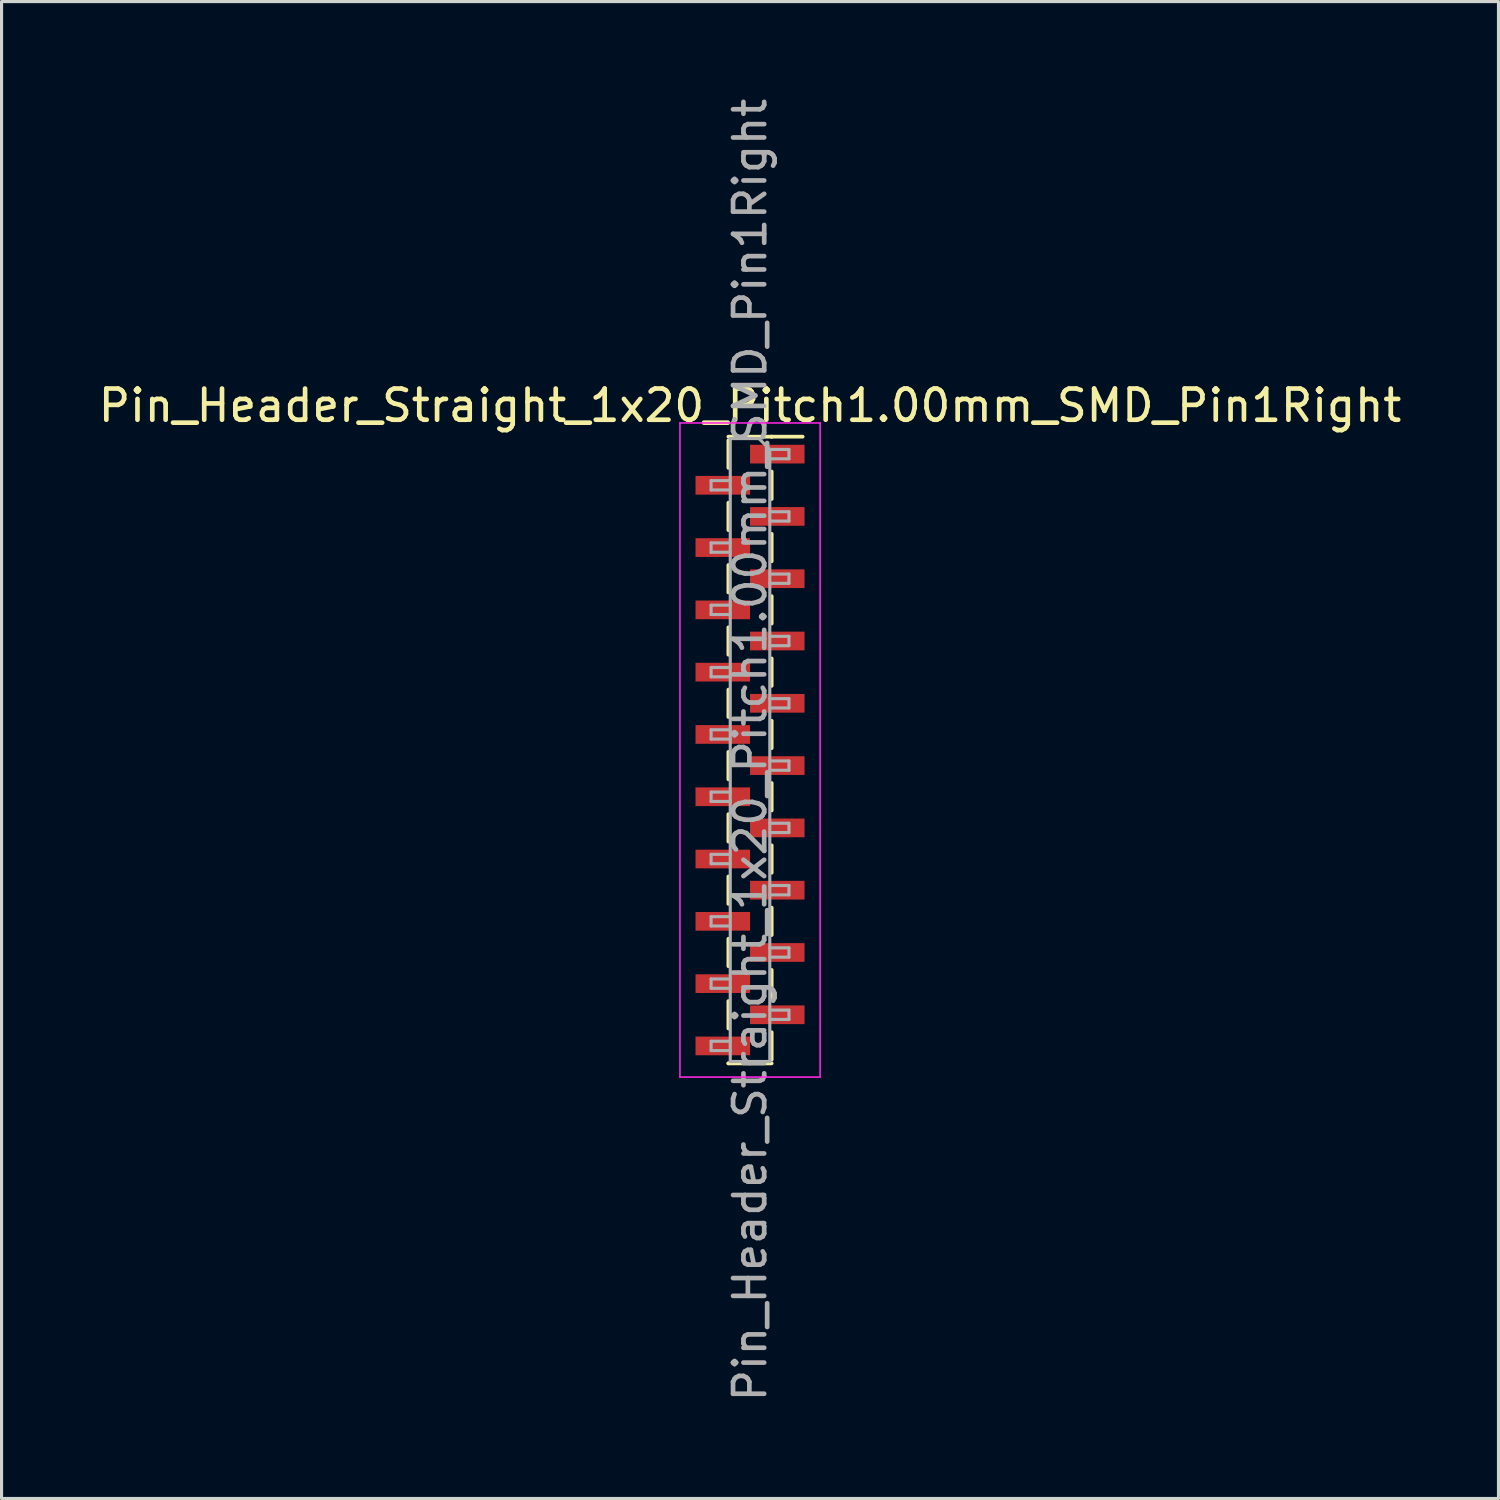
<source format=kicad_pcb>
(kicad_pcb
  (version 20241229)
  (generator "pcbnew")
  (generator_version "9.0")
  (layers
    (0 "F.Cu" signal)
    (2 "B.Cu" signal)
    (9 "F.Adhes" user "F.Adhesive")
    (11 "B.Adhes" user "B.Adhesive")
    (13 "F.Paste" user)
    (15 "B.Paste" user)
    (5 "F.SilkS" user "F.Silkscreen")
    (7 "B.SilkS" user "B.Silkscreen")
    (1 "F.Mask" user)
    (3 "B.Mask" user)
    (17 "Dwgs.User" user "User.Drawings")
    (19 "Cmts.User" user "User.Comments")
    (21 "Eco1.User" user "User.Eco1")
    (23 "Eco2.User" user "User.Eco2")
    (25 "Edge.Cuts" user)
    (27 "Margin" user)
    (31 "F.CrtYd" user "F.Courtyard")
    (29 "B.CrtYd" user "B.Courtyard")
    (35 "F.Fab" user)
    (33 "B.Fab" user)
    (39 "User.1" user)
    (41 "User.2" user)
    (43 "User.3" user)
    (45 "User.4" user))
  (footprint "Pin_Header_Straight_1x20_Pitch1.00mm_SMD_Pin1Right"
    (layer "F.Cu")
    (at 21.03 21.03)
    (property "Reference" "Pin_Header_Straight_1x20_Pitch1.00mm_SMD_Pin1Right" (at 0 -11.06 0) (layer "F.SilkS") (effects (font (size 1 1) (thickness 0.15))))
    (attr smd)
    (fp_line (start -0.695 -10.06) (end 0.695 -10.06) (stroke (width 0.12) (type solid)) (layer "F.SilkS"))
    (fp_line (start -0.695 -9.94) (end -0.695 -9.06) (stroke (width 0.12) (type solid)) (layer "F.SilkS"))
    (fp_line (start -0.695 -7.94) (end -0.695 -7.06) (stroke (width 0.12) (type solid)) (layer "F.SilkS"))
    (fp_line (start -0.695 -5.94) (end -0.695 -5.06) (stroke (width 0.12) (type solid)) (layer "F.SilkS"))
    (fp_line (start -0.695 -3.94) (end -0.695 -3.06) (stroke (width 0.12) (type solid)) (layer "F.SilkS"))
    (fp_line (start -0.695 -1.94) (end -0.695 -1.06) (stroke (width 0.12) (type solid)) (layer "F.SilkS"))
    (fp_line (start -0.695 0.06) (end -0.695 0.94) (stroke (width 0.12) (type solid)) (layer "F.SilkS"))
    (fp_line (start -0.695 2.06) (end -0.695 2.94) (stroke (width 0.12) (type solid)) (layer "F.SilkS"))
    (fp_line (start -0.695 4.06) (end -0.695 4.94) (stroke (width 0.12) (type solid)) (layer "F.SilkS"))
    (fp_line (start -0.695 6.06) (end -0.695 6.94) (stroke (width 0.12) (type solid)) (layer "F.SilkS"))
    (fp_line (start -0.695 8.06) (end -0.695 8.94) (stroke (width 0.12) (type solid)) (layer "F.SilkS"))
    (fp_line (start -0.695 10.06) (end -0.695 10.06) (stroke (width 0.12) (type solid)) (layer "F.SilkS"))
    (fp_line (start -0.695 10.06) (end 0.695 10.06) (stroke (width 0.12) (type solid)) (layer "F.SilkS"))
    (fp_line (start 0.695 -10.06) (end 0.695 -10.06) (stroke (width 0.12) (type solid)) (layer "F.SilkS"))
    (fp_line (start 0.695 -10.06) (end 1.69 -10.06) (stroke (width 0.12) (type solid)) (layer "F.SilkS"))
    (fp_line (start 0.695 -8.94) (end 0.695 -8.06) (stroke (width 0.12) (type solid)) (layer "F.SilkS"))
    (fp_line (start 0.695 -6.94) (end 0.695 -6.06) (stroke (width 0.12) (type solid)) (layer "F.SilkS"))
    (fp_line (start 0.695 -4.94) (end 0.695 -4.06) (stroke (width 0.12) (type solid)) (layer "F.SilkS"))
    (fp_line (start 0.695 -2.94) (end 0.695 -2.06) (stroke (width 0.12) (type solid)) (layer "F.SilkS"))
    (fp_line (start 0.695 -0.94) (end 0.695 -0.06) (stroke (width 0.12) (type solid)) (layer "F.SilkS"))
    (fp_line (start 0.695 1.06) (end 0.695 1.94) (stroke (width 0.12) (type solid)) (layer "F.SilkS"))
    (fp_line (start 0.695 3.06) (end 0.695 3.94) (stroke (width 0.12) (type solid)) (layer "F.SilkS"))
    (fp_line (start 0.695 5.06) (end 0.695 5.94) (stroke (width 0.12) (type solid)) (layer "F.SilkS"))
    (fp_line (start 0.695 7.06) (end 0.695 7.94) (stroke (width 0.12) (type solid)) (layer "F.SilkS"))
    (fp_line (start 0.695 9.06) (end 0.695 9.94) (stroke (width 0.12) (type solid)) (layer "F.SilkS"))
    (fp_line (start -2.25 -10.5) (end -2.25 10.5) (stroke (width 0.05) (type solid)) (layer "F.CrtYd"))
    (fp_line (start -2.25 10.5) (end 2.25 10.5) (stroke (width 0.05) (type solid)) (layer "F.CrtYd"))
    (fp_line (start 2.25 -10.5) (end -2.25 -10.5) (stroke (width 0.05) (type solid)) (layer "F.CrtYd"))
    (fp_line (start 2.25 10.5) (end 2.25 -10.5) (stroke (width 0.05) (type solid)) (layer "F.CrtYd"))
    (fp_line (start -1.25 -8.65) (end -1.25 -8.35) (stroke (width 0.1) (type solid)) (layer "F.Fab"))
    (fp_line (start -1.25 -8.35) (end -0.635 -8.35) (stroke (width 0.1) (type solid)) (layer "F.Fab"))
    (fp_line (start -1.25 -6.65) (end -1.25 -6.35) (stroke (width 0.1) (type solid)) (layer "F.Fab"))
    (fp_line (start -1.25 -6.35) (end -0.635 -6.35) (stroke (width 0.1) (type solid)) (layer "F.Fab"))
    (fp_line (start -1.25 -4.65) (end -1.25 -4.35) (stroke (width 0.1) (type solid)) (layer "F.Fab"))
    (fp_line (start -1.25 -4.35) (end -0.635 -4.35) (stroke (width 0.1) (type solid)) (layer "F.Fab"))
    (fp_line (start -1.25 -2.65) (end -1.25 -2.35) (stroke (width 0.1) (type solid)) (layer "F.Fab"))
    (fp_line (start -1.25 -2.35) (end -0.635 -2.35) (stroke (width 0.1) (type solid)) (layer "F.Fab"))
    (fp_line (start -1.25 -0.65) (end -1.25 -0.35) (stroke (width 0.1) (type solid)) (layer "F.Fab"))
    (fp_line (start -1.25 -0.35) (end -0.635 -0.35) (stroke (width 0.1) (type solid)) (layer "F.Fab"))
    (fp_line (start -1.25 1.35) (end -1.25 1.65) (stroke (width 0.1) (type solid)) (layer "F.Fab"))
    (fp_line (start -1.25 1.65) (end -0.635 1.65) (stroke (width 0.1) (type solid)) (layer "F.Fab"))
    (fp_line (start -1.25 3.35) (end -1.25 3.65) (stroke (width 0.1) (type solid)) (layer "F.Fab"))
    (fp_line (start -1.25 3.65) (end -0.635 3.65) (stroke (width 0.1) (type solid)) (layer "F.Fab"))
    (fp_line (start -1.25 5.35) (end -1.25 5.65) (stroke (width 0.1) (type solid)) (layer "F.Fab"))
    (fp_line (start -1.25 5.65) (end -0.635 5.65) (stroke (width 0.1) (type solid)) (layer "F.Fab"))
    (fp_line (start -1.25 7.35) (end -1.25 7.65) (stroke (width 0.1) (type solid)) (layer "F.Fab"))
    (fp_line (start -1.25 7.65) (end -0.635 7.65) (stroke (width 0.1) (type solid)) (layer "F.Fab"))
    (fp_line (start -1.25 9.35) (end -1.25 9.65) (stroke (width 0.1) (type solid)) (layer "F.Fab"))
    (fp_line (start -1.25 9.65) (end -0.635 9.65) (stroke (width 0.1) (type solid)) (layer "F.Fab"))
    (fp_line (start -0.635 -10) (end -0.635 10) (stroke (width 0.1) (type solid)) (layer "F.Fab"))
    (fp_line (start -0.635 -10) (end 0.285 -10) (stroke (width 0.1) (type solid)) (layer "F.Fab"))
    (fp_line (start -0.635 -8.65) (end -1.25 -8.65) (stroke (width 0.1) (type solid)) (layer "F.Fab"))
    (fp_line (start -0.635 -6.65) (end -1.25 -6.65) (stroke (width 0.1) (type solid)) (layer "F.Fab"))
    (fp_line (start -0.635 -4.65) (end -1.25 -4.65) (stroke (width 0.1) (type solid)) (layer "F.Fab"))
    (fp_line (start -0.635 -2.65) (end -1.25 -2.65) (stroke (width 0.1) (type solid)) (layer "F.Fab"))
    (fp_line (start -0.635 -0.65) (end -1.25 -0.65) (stroke (width 0.1) (type solid)) (layer "F.Fab"))
    (fp_line (start -0.635 1.35) (end -1.25 1.35) (stroke (width 0.1) (type solid)) (layer "F.Fab"))
    (fp_line (start -0.635 3.35) (end -1.25 3.35) (stroke (width 0.1) (type solid)) (layer "F.Fab"))
    (fp_line (start -0.635 5.35) (end -1.25 5.35) (stroke (width 0.1) (type solid)) (layer "F.Fab"))
    (fp_line (start -0.635 7.35) (end -1.25 7.35) (stroke (width 0.1) (type solid)) (layer "F.Fab"))
    (fp_line (start -0.635 9.35) (end -1.25 9.35) (stroke (width 0.1) (type solid)) (layer "F.Fab"))
    (fp_line (start 0.635 -9.65) (end 0.285 -10) (stroke (width 0.1) (type solid)) (layer "F.Fab"))
    (fp_line (start 0.635 -9.65) (end 1.25 -9.65) (stroke (width 0.1) (type solid)) (layer "F.Fab"))
    (fp_line (start 0.635 -7.65) (end 1.25 -7.65) (stroke (width 0.1) (type solid)) (layer "F.Fab"))
    (fp_line (start 0.635 -5.65) (end 1.25 -5.65) (stroke (width 0.1) (type solid)) (layer "F.Fab"))
    (fp_line (start 0.635 -3.65) (end 1.25 -3.65) (stroke (width 0.1) (type solid)) (layer "F.Fab"))
    (fp_line (start 0.635 -1.65) (end 1.25 -1.65) (stroke (width 0.1) (type solid)) (layer "F.Fab"))
    (fp_line (start 0.635 0.35) (end 1.25 0.35) (stroke (width 0.1) (type solid)) (layer "F.Fab"))
    (fp_line (start 0.635 2.35) (end 1.25 2.35) (stroke (width 0.1) (type solid)) (layer "F.Fab"))
    (fp_line (start 0.635 4.35) (end 1.25 4.35) (stroke (width 0.1) (type solid)) (layer "F.Fab"))
    (fp_line (start 0.635 6.35) (end 1.25 6.35) (stroke (width 0.1) (type solid)) (layer "F.Fab"))
    (fp_line (start 0.635 8.35) (end 1.25 8.35) (stroke (width 0.1) (type solid)) (layer "F.Fab"))
    (fp_line (start 0.635 10) (end -0.635 10) (stroke (width 0.1) (type solid)) (layer "F.Fab"))
    (fp_line (start 0.635 10) (end 0.635 -9.65) (stroke (width 0.1) (type solid)) (layer "F.Fab"))
    (fp_line (start 1.25 -9.65) (end 1.25 -9.35) (stroke (width 0.1) (type solid)) (layer "F.Fab"))
    (fp_line (start 1.25 -9.35) (end 0.635 -9.35) (stroke (width 0.1) (type solid)) (layer "F.Fab"))
    (fp_line (start 1.25 -7.65) (end 1.25 -7.35) (stroke (width 0.1) (type solid)) (layer "F.Fab"))
    (fp_line (start 1.25 -7.35) (end 0.635 -7.35) (stroke (width 0.1) (type solid)) (layer "F.Fab"))
    (fp_line (start 1.25 -5.65) (end 1.25 -5.35) (stroke (width 0.1) (type solid)) (layer "F.Fab"))
    (fp_line (start 1.25 -5.35) (end 0.635 -5.35) (stroke (width 0.1) (type solid)) (layer "F.Fab"))
    (fp_line (start 1.25 -3.65) (end 1.25 -3.35) (stroke (width 0.1) (type solid)) (layer "F.Fab"))
    (fp_line (start 1.25 -3.35) (end 0.635 -3.35) (stroke (width 0.1) (type solid)) (layer "F.Fab"))
    (fp_line (start 1.25 -1.65) (end 1.25 -1.35) (stroke (width 0.1) (type solid)) (layer "F.Fab"))
    (fp_line (start 1.25 -1.35) (end 0.635 -1.35) (stroke (width 0.1) (type solid)) (layer "F.Fab"))
    (fp_line (start 1.25 0.35) (end 1.25 0.65) (stroke (width 0.1) (type solid)) (layer "F.Fab"))
    (fp_line (start 1.25 0.65) (end 0.635 0.65) (stroke (width 0.1) (type solid)) (layer "F.Fab"))
    (fp_line (start 1.25 2.35) (end 1.25 2.65) (stroke (width 0.1) (type solid)) (layer "F.Fab"))
    (fp_line (start 1.25 2.65) (end 0.635 2.65) (stroke (width 0.1) (type solid)) (layer "F.Fab"))
    (fp_line (start 1.25 4.35) (end 1.25 4.65) (stroke (width 0.1) (type solid)) (layer "F.Fab"))
    (fp_line (start 1.25 4.65) (end 0.635 4.65) (stroke (width 0.1) (type solid)) (layer "F.Fab"))
    (fp_line (start 1.25 6.35) (end 1.25 6.65) (stroke (width 0.1) (type solid)) (layer "F.Fab"))
    (fp_line (start 1.25 6.65) (end 0.635 6.65) (stroke (width 0.1) (type solid)) (layer "F.Fab"))
    (fp_line (start 1.25 8.35) (end 1.25 8.65) (stroke (width 0.1) (type solid)) (layer "F.Fab"))
    (fp_line (start 1.25 8.65) (end 0.635 8.65) (stroke (width 0.1) (type solid)) (layer "F.Fab"))
    (fp_text user "${REFERENCE}" (at 0 0 90) (layer "F.Fab") (effects (font (size 1 1) (thickness 0.15))))
    (pad "1" smd rect (at 0.875 -9.5) (size 1.75 0.6) (layers "F.Cu" "F.Mask" "F.Paste"))
    (pad "2" smd rect (at -0.875 -8.5) (size 1.75 0.6) (layers "F.Cu" "F.Mask" "F.Paste"))
    (pad "3" smd rect (at 0.875 -7.5) (size 1.75 0.6) (layers "F.Cu" "F.Mask" "F.Paste"))
    (pad "4" smd rect (at -0.875 -6.5) (size 1.75 0.6) (layers "F.Cu" "F.Mask" "F.Paste"))
    (pad "5" smd rect (at 0.875 -5.5) (size 1.75 0.6) (layers "F.Cu" "F.Mask" "F.Paste"))
    (pad "6" smd rect (at -0.875 -4.5) (size 1.75 0.6) (layers "F.Cu" "F.Mask" "F.Paste"))
    (pad "7" smd rect (at 0.875 -3.5) (size 1.75 0.6) (layers "F.Cu" "F.Mask" "F.Paste"))
    (pad "8" smd rect (at -0.875 -2.5) (size 1.75 0.6) (layers "F.Cu" "F.Mask" "F.Paste"))
    (pad "9" smd rect (at 0.875 -1.5) (size 1.75 0.6) (layers "F.Cu" "F.Mask" "F.Paste"))
    (pad "10" smd rect (at -0.875 -0.5) (size 1.75 0.6) (layers "F.Cu" "F.Mask" "F.Paste"))
    (pad "11" smd rect (at 0.875 0.5) (size 1.75 0.6) (layers "F.Cu" "F.Mask" "F.Paste"))
    (pad "12" smd rect (at -0.875 1.5) (size 1.75 0.6) (layers "F.Cu" "F.Mask" "F.Paste"))
    (pad "13" smd rect (at 0.875 2.5) (size 1.75 0.6) (layers "F.Cu" "F.Mask" "F.Paste"))
    (pad "14" smd rect (at -0.875 3.5) (size 1.75 0.6) (layers "F.Cu" "F.Mask" "F.Paste"))
    (pad "15" smd rect (at 0.875 4.5) (size 1.75 0.6) (layers "F.Cu" "F.Mask" "F.Paste"))
    (pad "16" smd rect (at -0.875 5.5) (size 1.75 0.6) (layers "F.Cu" "F.Mask" "F.Paste"))
    (pad "17" smd rect (at 0.875 6.5) (size 1.75 0.6) (layers "F.Cu" "F.Mask" "F.Paste"))
    (pad "18" smd rect (at -0.875 7.5) (size 1.75 0.6) (layers "F.Cu" "F.Mask" "F.Paste"))
    (pad "19" smd rect (at 0.875 8.5) (size 1.75 0.6) (layers "F.Cu" "F.Mask" "F.Paste"))
    (pad "20" smd rect (at -0.875 9.5) (size 1.75 0.6) (layers "F.Cu" "F.Mask" "F.Paste")))
  (gr_rect
    (start -3 -3)
    (end 45.06 45.06)
    (stroke (width 0.1) (type default))
    (fill no)
    (layer "Edge.Cuts")))
</source>
